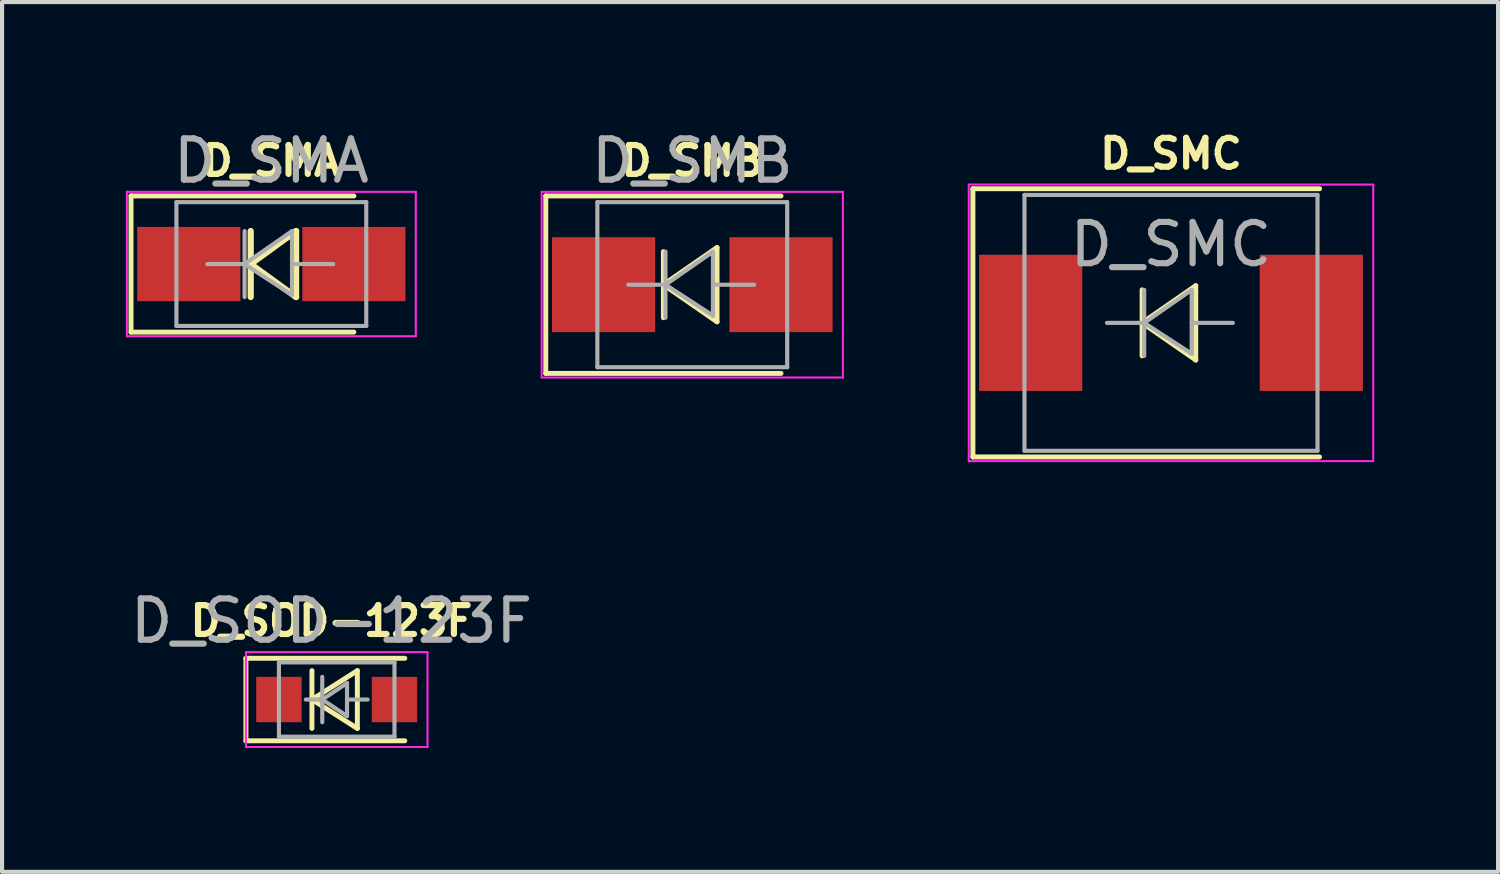
<source format=kicad_pcb>
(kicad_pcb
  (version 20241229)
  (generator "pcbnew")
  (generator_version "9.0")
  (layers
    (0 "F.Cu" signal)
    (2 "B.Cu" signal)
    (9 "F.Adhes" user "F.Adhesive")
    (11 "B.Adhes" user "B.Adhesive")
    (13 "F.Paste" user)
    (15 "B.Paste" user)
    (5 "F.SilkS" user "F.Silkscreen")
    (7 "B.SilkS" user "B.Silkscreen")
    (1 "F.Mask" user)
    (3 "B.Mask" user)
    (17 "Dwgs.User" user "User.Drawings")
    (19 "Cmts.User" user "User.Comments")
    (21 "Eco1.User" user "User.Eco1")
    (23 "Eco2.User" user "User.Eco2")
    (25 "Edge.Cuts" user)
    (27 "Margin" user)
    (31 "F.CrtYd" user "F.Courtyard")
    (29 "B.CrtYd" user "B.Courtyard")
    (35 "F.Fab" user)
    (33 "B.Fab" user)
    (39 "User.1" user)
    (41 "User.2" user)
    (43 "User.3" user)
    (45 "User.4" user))
  (footprint "D_SMC"
    (layer "F.Cu")
    (at 25.325 4.773)
    (property "Reference" "D_SMC" (at 0 -4.1 0) (layer "F.SilkS") (effects (font (size 0.7 0.7) (thickness 0.15))))
    (attr smd)
    (fp_line (start -4.8 -3.25) (end 3.6 -3.25) (stroke (width 0.12) (type solid)) (layer "F.SilkS"))
    (fp_line (start -4.8 3.25) (end -4.8 -3.25) (stroke (width 0.12) (type solid)) (layer "F.SilkS"))
    (fp_line (start -4.8 3.25) (end 3.6 3.25) (stroke (width 0.12) (type solid)) (layer "F.SilkS"))
    (fp_line (start -0.7 -0.8) (end -0.7 0.8) (stroke (width 0.12) (type solid)) (layer "F.SilkS"))
    (fp_line (start -0.7 0) (end 0.6 -0.9) (stroke (width 0.12) (type solid)) (layer "F.SilkS"))
    (fp_line (start -0.7 0) (end 0.6 0.9) (stroke (width 0.12) (type solid)) (layer "F.SilkS"))
    (fp_line (start 0.6 -0.9) (end 0.6 0.9) (stroke (width 0.12) (type solid)) (layer "F.SilkS"))
    (fp_line (start -4.9 -3.35) (end 4.9 -3.35) (stroke (width 0.05) (type solid)) (layer "F.CrtYd"))
    (fp_line (start -4.9 3.35) (end -4.9 -3.35) (stroke (width 0.05) (type solid)) (layer "F.CrtYd"))
    (fp_line (start 4.9 -3.35) (end 4.9 3.35) (stroke (width 0.05) (type solid)) (layer "F.CrtYd"))
    (fp_line (start 4.9 3.35) (end -4.9 3.35) (stroke (width 0.05) (type solid)) (layer "F.CrtYd"))
    (fp_line (start -3.55 3.1) (end -3.55 -3.1) (stroke (width 0.1) (type solid)) (layer "F.Fab"))
    (fp_line (start -0.649 -0.799) (end -0.649 0.801) (stroke (width 0.1) (type solid)) (layer "F.Fab"))
    (fp_line (start -0.649 0.001) (end -1.551 0.001) (stroke (width 0.1) (type solid)) (layer "F.Fab"))
    (fp_line (start -0.649 0.001) (end 0.501 -0.799) (stroke (width 0.1) (type solid)) (layer "F.Fab"))
    (fp_line (start -0.649 0.001) (end 0.501 0.75) (stroke (width 0.1) (type solid)) (layer "F.Fab"))
    (fp_line (start 0.501 0.001) (end 1.499 0.001) (stroke (width 0.1) (type solid)) (layer "F.Fab"))
    (fp_line (start 0.501 0.75) (end 0.501 -0.799) (stroke (width 0.1) (type solid)) (layer "F.Fab"))
    (fp_line (start 3.55 -3.1) (end -3.55 -3.1) (stroke (width 0.1) (type solid)) (layer "F.Fab"))
    (fp_line (start 3.55 -3.1) (end 3.55 3.1) (stroke (width 0.1) (type solid)) (layer "F.Fab"))
    (fp_line (start 3.55 3.1) (end -3.55 3.1) (stroke (width 0.1) (type solid)) (layer "F.Fab"))
    (fp_text user "${REFERENCE}" (at 0 -1.9 0) (layer "F.Fab") (effects (font (size 1 1) (thickness 0.15))))
    (pad "1" smd rect (at -3.4 0 90) (size 3.3 2.5) (layers "F.Cu" "F.Mask" "F.Paste"))
    (pad "2" smd rect (at 3.4 0 90) (size 3.3 2.5) (layers "F.Cu" "F.Mask" "F.Paste")))
  (footprint "D_SMB"
    (layer "F.Cu")
    (at 13.725 3.848)
    (property "Reference" "D_SMB" (at 0 -3 0) (layer "F.SilkS") (effects (font (size 0.7 0.7) (thickness 0.15))))
    (attr smd)
    (fp_line (start -3.55 -2.15) (end -3.55 2.15) (stroke (width 0.12) (type solid)) (layer "F.SilkS"))
    (fp_line (start -3.55 -2.15) (end 2.15 -2.15) (stroke (width 0.12) (type solid)) (layer "F.SilkS"))
    (fp_line (start -3.55 2.15) (end 2.15 2.15) (stroke (width 0.12) (type solid)) (layer "F.SilkS"))
    (fp_line (start -0.7 -0.8) (end -0.7 0.8) (stroke (width 0.12) (type solid)) (layer "F.SilkS"))
    (fp_line (start -0.7 0) (end 0.6 -0.9) (stroke (width 0.12) (type solid)) (layer "F.SilkS"))
    (fp_line (start -0.7 0) (end 0.6 0.9) (stroke (width 0.12) (type solid)) (layer "F.SilkS"))
    (fp_line (start 0.6 -0.9) (end 0.6 0.9) (stroke (width 0.12) (type solid)) (layer "F.SilkS"))
    (fp_line (start -3.65 -2.25) (end 3.65 -2.25) (stroke (width 0.05) (type solid)) (layer "F.CrtYd"))
    (fp_line (start -3.65 2.25) (end -3.65 -2.25) (stroke (width 0.05) (type solid)) (layer "F.CrtYd"))
    (fp_line (start 3.65 -2.25) (end 3.65 2.25) (stroke (width 0.05) (type solid)) (layer "F.CrtYd"))
    (fp_line (start 3.65 2.25) (end -3.65 2.25) (stroke (width 0.05) (type solid)) (layer "F.CrtYd"))
    (fp_line (start -2.3 2) (end -2.3 -2) (stroke (width 0.1) (type solid)) (layer "F.Fab"))
    (fp_line (start -0.649 -0.799) (end -0.649 0.801) (stroke (width 0.1) (type solid)) (layer "F.Fab"))
    (fp_line (start -0.649 0.001) (end -1.551 0.001) (stroke (width 0.1) (type solid)) (layer "F.Fab"))
    (fp_line (start -0.649 0.001) (end 0.501 -0.799) (stroke (width 0.1) (type solid)) (layer "F.Fab"))
    (fp_line (start -0.649 0.001) (end 0.501 0.75) (stroke (width 0.1) (type solid)) (layer "F.Fab"))
    (fp_line (start 0.501 0.001) (end 1.499 0.001) (stroke (width 0.1) (type solid)) (layer "F.Fab"))
    (fp_line (start 0.501 0.75) (end 0.501 -0.799) (stroke (width 0.1) (type solid)) (layer "F.Fab"))
    (fp_line (start 2.3 -2) (end -2.3 -2) (stroke (width 0.1) (type solid)) (layer "F.Fab"))
    (fp_line (start 2.3 -2) (end 2.3 2) (stroke (width 0.1) (type solid)) (layer "F.Fab"))
    (fp_line (start 2.3 2) (end -2.3 2) (stroke (width 0.1) (type solid)) (layer "F.Fab"))
    (fp_text user "${REFERENCE}" (at 0 -3 0) (layer "F.Fab") (effects (font (size 1 1) (thickness 0.15))))
    (pad "1" smd rect (at -2.15 0) (size 2.5 2.3) (layers "F.Cu" "F.Mask" "F.Paste"))
    (pad "2" smd rect (at 2.15 0) (size 2.5 2.3) (layers "F.Cu" "F.Mask" "F.Paste")))
  (footprint "D_SMA"
    (layer "F.Cu")
    (at 3.525 3.348)
    (property "Reference" "D_SMA" (at 0 -2.5 0) (layer "F.SilkS") (effects (font (size 0.7 0.7) (thickness 0.15))))
    (attr smd)
    (fp_line (start -3.4 -1.65) (end -3.4 1.65) (stroke (width 0.12) (type solid)) (layer "F.SilkS"))
    (fp_line (start -3.4 -1.65) (end 2 -1.65) (stroke (width 0.12) (type solid)) (layer "F.SilkS"))
    (fp_line (start -3.4 1.65) (end 2 1.65) (stroke (width 0.12) (type solid)) (layer "F.SilkS"))
    (fp_line (start -0.5 -0.8) (end -0.5 0.8) (stroke (width 0.15) (type solid)) (layer "F.SilkS"))
    (fp_line (start -0.5 0) (end 0.6 -0.8) (stroke (width 0.15) (type solid)) (layer "F.SilkS"))
    (fp_line (start 0.6 -0.8) (end 0.6 0.8) (stroke (width 0.15) (type solid)) (layer "F.SilkS"))
    (fp_line (start 0.6 0.8) (end -0.5 0) (stroke (width 0.15) (type solid)) (layer "F.SilkS"))
    (fp_line (start -3.5 -1.75) (end 3.5 -1.75) (stroke (width 0.05) (type solid)) (layer "F.CrtYd"))
    (fp_line (start -3.5 1.75) (end -3.5 -1.75) (stroke (width 0.05) (type solid)) (layer "F.CrtYd"))
    (fp_line (start 3.5 -1.75) (end 3.5 1.75) (stroke (width 0.05) (type solid)) (layer "F.CrtYd"))
    (fp_line (start 3.5 1.75) (end -3.5 1.75) (stroke (width 0.05) (type solid)) (layer "F.CrtYd"))
    (fp_line (start -2.3 1.5) (end -2.3 -1.5) (stroke (width 0.1) (type solid)) (layer "F.Fab"))
    (fp_line (start -0.649 -0.799) (end -0.649 0.801) (stroke (width 0.1) (type solid)) (layer "F.Fab"))
    (fp_line (start -0.649 0.001) (end -1.551 0.001) (stroke (width 0.1) (type solid)) (layer "F.Fab"))
    (fp_line (start -0.649 0.001) (end 0.501 -0.799) (stroke (width 0.1) (type solid)) (layer "F.Fab"))
    (fp_line (start -0.649 0.001) (end 0.501 0.75) (stroke (width 0.1) (type solid)) (layer "F.Fab"))
    (fp_line (start 0.501 0.001) (end 1.499 0.001) (stroke (width 0.1) (type solid)) (layer "F.Fab"))
    (fp_line (start 0.501 0.75) (end 0.501 -0.799) (stroke (width 0.1) (type solid)) (layer "F.Fab"))
    (fp_line (start 2.3 -1.5) (end -2.3 -1.5) (stroke (width 0.1) (type solid)) (layer "F.Fab"))
    (fp_line (start 2.3 -1.5) (end 2.3 1.5) (stroke (width 0.1) (type solid)) (layer "F.Fab"))
    (fp_line (start 2.3 1.5) (end -2.3 1.5) (stroke (width 0.1) (type solid)) (layer "F.Fab"))
    (fp_text user "${REFERENCE}" (at 0 -2.5 0) (layer "F.Fab") (effects (font (size 1 1) (thickness 0.15))))
    (pad "1" smd rect (at -2 0) (size 2.5 1.8) (layers "F.Cu" "F.Mask" "F.Paste"))
    (pad "2" smd rect (at 2 0) (size 2.5 1.8) (layers "F.Cu" "F.Mask" "F.Paste")))
  (footprint "D_SOD-123F"
    (layer "F.Cu")
    (at 5.109 13.901)
    (property "Reference" "D_SOD-123F" (at -0.127 -1.905 0) (layer "F.SilkS") (effects (font (size 0.7 0.7) (thickness 0.15))))
    (attr smd)
    (fp_line (start -2.2 -1) (end -2.2 1) (stroke (width 0.12) (type solid)) (layer "F.SilkS"))
    (fp_line (start -2.2 -1) (end 1.65 -1) (stroke (width 0.12) (type solid)) (layer "F.SilkS"))
    (fp_line (start -2.2 1) (end 1.65 1) (stroke (width 0.12) (type solid)) (layer "F.SilkS"))
    (fp_line (start -0.6 -0.7) (end -0.6 0.7) (stroke (width 0.12) (type solid)) (layer "F.SilkS"))
    (fp_line (start -0.6 0) (end 0.5 -0.7) (stroke (width 0.12) (type solid)) (layer "F.SilkS"))
    (fp_line (start 0.5 -0.7) (end 0.5 0.7) (stroke (width 0.12) (type solid)) (layer "F.SilkS"))
    (fp_line (start 0.5 0.7) (end -0.6 0) (stroke (width 0.12) (type solid)) (layer "F.SilkS"))
    (fp_line (start -2.2 -1.15) (end -2.2 1.15) (stroke (width 0.05) (type solid)) (layer "F.CrtYd"))
    (fp_line (start -2.2 -1.15) (end 2.2 -1.15) (stroke (width 0.05) (type solid)) (layer "F.CrtYd"))
    (fp_line (start 2.2 -1.15) (end 2.2 1.15) (stroke (width 0.05) (type solid)) (layer "F.CrtYd"))
    (fp_line (start 2.2 1.15) (end -2.2 1.15) (stroke (width 0.05) (type solid)) (layer "F.CrtYd"))
    (fp_line (start -1.4 -0.9) (end 1.4 -0.9) (stroke (width 0.1) (type solid)) (layer "F.Fab"))
    (fp_line (start -1.4 0.9) (end -1.4 -0.9) (stroke (width 0.1) (type solid)) (layer "F.Fab"))
    (fp_line (start -0.75 0) (end -0.35 0) (stroke (width 0.1) (type solid)) (layer "F.Fab"))
    (fp_line (start -0.35 0) (end -0.35 -0.55) (stroke (width 0.1) (type solid)) (layer "F.Fab"))
    (fp_line (start -0.35 0) (end -0.35 0.55) (stroke (width 0.1) (type solid)) (layer "F.Fab"))
    (fp_line (start -0.35 0) (end 0.25 -0.4) (stroke (width 0.1) (type solid)) (layer "F.Fab"))
    (fp_line (start 0.25 -0.4) (end 0.25 0.4) (stroke (width 0.1) (type solid)) (layer "F.Fab"))
    (fp_line (start 0.25 0) (end 0.75 0) (stroke (width 0.1) (type solid)) (layer "F.Fab"))
    (fp_line (start 0.25 0.4) (end -0.35 0) (stroke (width 0.1) (type solid)) (layer "F.Fab"))
    (fp_line (start 1.4 -0.9) (end 1.4 0.9) (stroke (width 0.1) (type solid)) (layer "F.Fab"))
    (fp_line (start 1.4 0.9) (end -1.4 0.9) (stroke (width 0.1) (type solid)) (layer "F.Fab"))
    (fp_text user "${REFERENCE}" (at -0.127 -1.905 0) (layer "F.Fab") (effects (font (size 1 1) (thickness 0.15))))
    (pad "1" smd rect (at -1.4 0) (size 1.1 1.1) (layers "F.Cu" "F.Mask" "F.Paste"))
    (pad "2" smd rect (at 1.4 0) (size 1.1 1.1) (layers "F.Cu" "F.Mask" "F.Paste")))
  (gr_rect
    (start -3 -3)
    (end 33.25 18.076)
    (stroke (width 0.1) (type default))
    (fill no)
    (layer "Edge.Cuts")))
</source>
